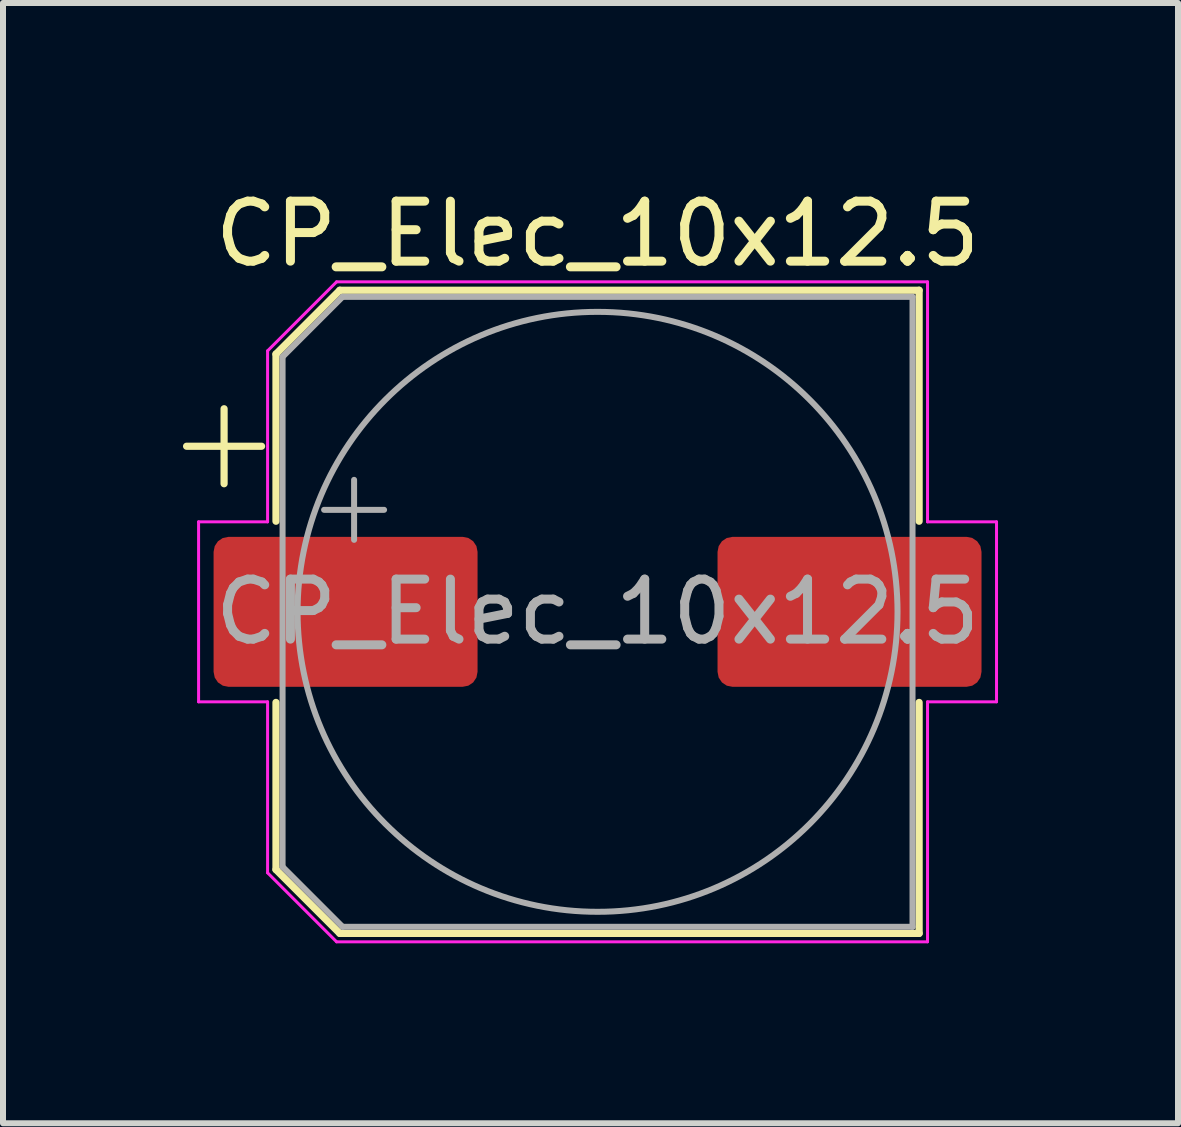
<source format=kicad_pcb>
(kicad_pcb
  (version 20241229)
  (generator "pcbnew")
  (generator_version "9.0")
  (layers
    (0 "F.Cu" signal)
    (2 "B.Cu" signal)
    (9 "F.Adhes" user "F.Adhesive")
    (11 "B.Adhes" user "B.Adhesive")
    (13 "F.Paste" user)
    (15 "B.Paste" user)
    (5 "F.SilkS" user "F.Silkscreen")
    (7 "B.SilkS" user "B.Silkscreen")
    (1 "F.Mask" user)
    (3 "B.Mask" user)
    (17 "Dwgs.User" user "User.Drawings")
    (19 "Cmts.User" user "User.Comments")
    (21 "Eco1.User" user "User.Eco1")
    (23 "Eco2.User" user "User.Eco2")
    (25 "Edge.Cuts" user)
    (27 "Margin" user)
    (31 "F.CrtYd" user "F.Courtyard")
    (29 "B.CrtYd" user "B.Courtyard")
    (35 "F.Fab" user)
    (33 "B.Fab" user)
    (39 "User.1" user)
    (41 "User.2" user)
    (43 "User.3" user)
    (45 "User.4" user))
  (footprint "CP_Elec_10x12.5"
    (layer "F.Cu")
    (at 6.91 7.148)
    (property "Reference" "CP_Elec_10x12.5" (at 0 -6.3 0) (layer "F.SilkS") (effects (font (size 1 1) (thickness 0.15))))
    (attr smd)
    (fp_line (start -6.85 -2.76) (end -5.6 -2.76) (stroke (width 0.12) (type solid)) (layer "F.SilkS"))
    (fp_line (start -6.225 -3.385) (end -6.225 -2.135) (stroke (width 0.12) (type solid)) (layer "F.SilkS"))
    (fp_line (start -5.36 -4.296) (end -5.36 -1.51) (stroke (width 0.12) (type solid)) (layer "F.SilkS"))
    (fp_line (start -5.36 -4.296) (end -4.296 -5.36) (stroke (width 0.12) (type solid)) (layer "F.SilkS"))
    (fp_line (start -5.36 4.296) (end -5.36 1.51) (stroke (width 0.12) (type solid)) (layer "F.SilkS"))
    (fp_line (start -5.36 4.296) (end -4.296 5.36) (stroke (width 0.12) (type solid)) (layer "F.SilkS"))
    (fp_line (start -4.296 -5.36) (end 5.36 -5.36) (stroke (width 0.12) (type solid)) (layer "F.SilkS"))
    (fp_line (start -4.296 5.36) (end 5.36 5.36) (stroke (width 0.12) (type solid)) (layer "F.SilkS"))
    (fp_line (start 5.36 -5.36) (end 5.36 -1.51) (stroke (width 0.12) (type solid)) (layer "F.SilkS"))
    (fp_line (start 5.36 5.36) (end 5.36 1.51) (stroke (width 0.12) (type solid)) (layer "F.SilkS"))
    (fp_line (start -6.65 -1.5) (end -6.65 1.5) (stroke (width 0.05) (type solid)) (layer "F.CrtYd"))
    (fp_line (start -6.65 1.5) (end -5.5 1.5) (stroke (width 0.05) (type solid)) (layer "F.CrtYd"))
    (fp_line (start -5.5 -4.35) (end -5.5 -1.5) (stroke (width 0.05) (type solid)) (layer "F.CrtYd"))
    (fp_line (start -5.5 -4.35) (end -4.35 -5.5) (stroke (width 0.05) (type solid)) (layer "F.CrtYd"))
    (fp_line (start -5.5 -1.5) (end -6.65 -1.5) (stroke (width 0.05) (type solid)) (layer "F.CrtYd"))
    (fp_line (start -5.5 1.5) (end -5.5 4.35) (stroke (width 0.05) (type solid)) (layer "F.CrtYd"))
    (fp_line (start -5.5 4.35) (end -4.35 5.5) (stroke (width 0.05) (type solid)) (layer "F.CrtYd"))
    (fp_line (start -4.35 -5.5) (end 5.5 -5.5) (stroke (width 0.05) (type solid)) (layer "F.CrtYd"))
    (fp_line (start -4.35 5.5) (end 5.5 5.5) (stroke (width 0.05) (type solid)) (layer "F.CrtYd"))
    (fp_line (start 5.5 -5.5) (end 5.5 -1.5) (stroke (width 0.05) (type solid)) (layer "F.CrtYd"))
    (fp_line (start 5.5 -1.5) (end 6.65 -1.5) (stroke (width 0.05) (type solid)) (layer "F.CrtYd"))
    (fp_line (start 5.5 1.5) (end 5.5 5.5) (stroke (width 0.05) (type solid)) (layer "F.CrtYd"))
    (fp_line (start 6.65 -1.5) (end 6.65 1.5) (stroke (width 0.05) (type solid)) (layer "F.CrtYd"))
    (fp_line (start 6.65 1.5) (end 5.5 1.5) (stroke (width 0.05) (type solid)) (layer "F.CrtYd"))
    (fp_line (start -5.25 -4.25) (end -5.25 4.25) (stroke (width 0.1) (type solid)) (layer "F.Fab"))
    (fp_line (start -5.25 -4.25) (end -4.25 -5.25) (stroke (width 0.1) (type solid)) (layer "F.Fab"))
    (fp_line (start -5.25 4.25) (end -4.25 5.25) (stroke (width 0.1) (type solid)) (layer "F.Fab"))
    (fp_line (start -4.558 -1.7) (end -3.558 -1.7) (stroke (width 0.1) (type solid)) (layer "F.Fab"))
    (fp_line (start -4.25 -5.25) (end 5.25 -5.25) (stroke (width 0.1) (type solid)) (layer "F.Fab"))
    (fp_line (start -4.25 5.25) (end 5.25 5.25) (stroke (width 0.1) (type solid)) (layer "F.Fab"))
    (fp_line (start -4.058 -2.2) (end -4.058 -1.2) (stroke (width 0.1) (type solid)) (layer "F.Fab"))
    (fp_line (start 5.25 -5.25) (end 5.25 5.25) (stroke (width 0.1) (type solid)) (layer "F.Fab"))
    (fp_circle (center 0 0) (end 5 0) (stroke (width 0.1) (type solid)) (fill no) (layer "F.Fab"))
    (fp_text user "${REFERENCE}" (at 0 0 0) (layer "F.Fab") (effects (font (size 1 1) (thickness 0.15))))
    (pad "1" smd roundrect (at -4.2 0 180) (size 4.4 2.5) (layers "F.Cu" "F.Mask" "F.Paste") (roundrect_rratio 0.1))
    (pad "2" smd roundrect (at 4.2 0 180) (size 4.4 2.5) (layers "F.Cu" "F.Mask" "F.Paste") (roundrect_rratio 0.1)))
  (gr_rect
    (start -3 -3)
    (end 16.585 15.673)
    (stroke (width 0.1) (type default))
    (fill no)
    (layer "Edge.Cuts")))
</source>
